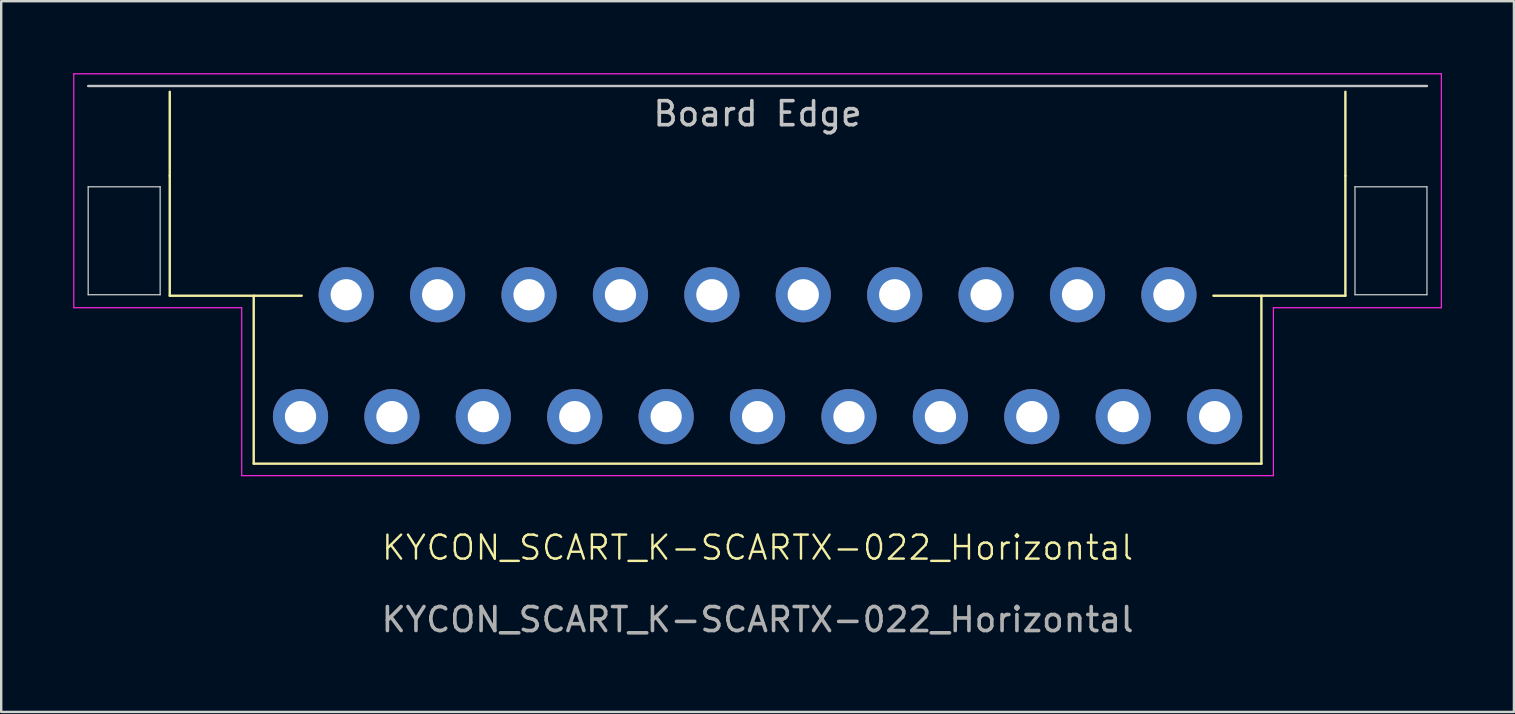
<source format=kicad_pcb>
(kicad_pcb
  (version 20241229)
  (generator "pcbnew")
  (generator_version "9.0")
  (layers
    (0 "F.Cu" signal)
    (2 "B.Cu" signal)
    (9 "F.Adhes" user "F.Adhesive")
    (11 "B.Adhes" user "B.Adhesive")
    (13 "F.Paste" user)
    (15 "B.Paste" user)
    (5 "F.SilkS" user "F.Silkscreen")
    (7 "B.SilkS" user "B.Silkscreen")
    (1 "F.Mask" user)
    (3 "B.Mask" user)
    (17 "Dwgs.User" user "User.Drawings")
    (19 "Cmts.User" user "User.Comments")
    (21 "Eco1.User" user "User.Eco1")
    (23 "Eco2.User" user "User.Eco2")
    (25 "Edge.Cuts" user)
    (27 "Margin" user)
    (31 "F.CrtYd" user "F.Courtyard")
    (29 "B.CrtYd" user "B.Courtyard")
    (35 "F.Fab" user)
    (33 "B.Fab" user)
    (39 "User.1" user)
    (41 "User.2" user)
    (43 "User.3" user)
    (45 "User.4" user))
  (footprint "KYCON_SCART_K-SCARTX-022_Horizontal"
    (layer "F.Cu")
    (at 28.525 11.775)
    (property "Reference" "KYCON_SCART_K-SCARTX-022_Horizontal" (at 0 8 0) (unlocked yes) (layer "F.SilkS") (effects (font (size 1 1) (thickness 0.1))))
    (attr through_hole)
    (fp_line (start -24.5 -11) (end -24.5 -7.5) (stroke (width 0.1) (type default)) (layer "F.SilkS"))
    (fp_line (start -24.5 -7.5) (end -24.5 -2.5) (stroke (width 0.1) (type default)) (layer "F.SilkS"))
    (fp_line (start -21 4.5) (end -21 -2.5) (stroke (width 0.1) (type default)) (layer "F.SilkS"))
    (fp_line (start -19 -2.5) (end -24.5 -2.5) (stroke (width 0.1) (type default)) (layer "F.SilkS"))
    (fp_line (start 19 -2.5) (end 24.5 -2.5) (stroke (width 0.1) (type default)) (layer "F.SilkS"))
    (fp_line (start 21 -2.5) (end 21 4.5) (stroke (width 0.1) (type default)) (layer "F.SilkS"))
    (fp_line (start 21 4.5) (end -21 4.5) (stroke (width 0.1) (type default)) (layer "F.SilkS"))
    (fp_line (start 24.5 -7.5) (end 24.5 -11) (stroke (width 0.1) (type default)) (layer "F.SilkS"))
    (fp_line (start 24.5 -2.5) (end 24.5 -7.5) (stroke (width 0.1) (type default)) (layer "F.SilkS"))
    (fp_line (start -27.9 -11.24) (end 27.9 -11.24) (stroke (width 0.1) (type default)) (layer "Dwgs.User"))
    (fp_line (start -27.9 -7.04) (end -24.9 -7.04) (stroke (width 0.05) (type default)) (layer "Edge.Cuts"))
    (fp_line (start -27.9 -2.54) (end -27.9 -7.04) (stroke (width 0.05) (type default)) (layer "Edge.Cuts"))
    (fp_line (start -24.9 -7.04) (end -24.9 -2.54) (stroke (width 0.05) (type default)) (layer "Edge.Cuts"))
    (fp_line (start -24.9 -2.54) (end -27.9 -2.54) (stroke (width 0.05) (type default)) (layer "Edge.Cuts"))
    (fp_line (start 24.9 -7.04) (end 24.9 -2.54) (stroke (width 0.05) (type default)) (layer "Edge.Cuts"))
    (fp_line (start 24.9 -2.54) (end 27.9 -2.54) (stroke (width 0.05) (type default)) (layer "Edge.Cuts"))
    (fp_line (start 27.9 -7.04) (end 24.9 -7.04) (stroke (width 0.05) (type default)) (layer "Edge.Cuts"))
    (fp_line (start 27.9 -2.54) (end 27.9 -7.04) (stroke (width 0.05) (type default)) (layer "Edge.Cuts"))
    (fp_line (start -28.5 -11.75) (end -28.5 -2) (stroke (width 0.05) (type default)) (layer "F.CrtYd"))
    (fp_line (start -28.5 -11.75) (end 28.5 -11.75) (stroke (width 0.05) (type default)) (layer "F.CrtYd"))
    (fp_line (start -21.5 -2) (end -28.5 -2) (stroke (width 0.05) (type default)) (layer "F.CrtYd"))
    (fp_line (start -21.5 5) (end -21.5 -2) (stroke (width 0.05) (type default)) (layer "F.CrtYd"))
    (fp_line (start -21.5 5) (end 21.5 5) (stroke (width 0.05) (type default)) (layer "F.CrtYd"))
    (fp_line (start 21.5 -2) (end 21.5 5) (stroke (width 0.05) (type default)) (layer "F.CrtYd"))
    (fp_line (start 28.5 -11.75) (end 28.5 -2) (stroke (width 0.05) (type default)) (layer "F.CrtYd"))
    (fp_line (start 28.5 -2) (end 21.5 -2) (stroke (width 0.05) (type default)) (layer "F.CrtYd"))
    (fp_text user "Board Edge" (at 0 -9.5 0) (unlocked yes) (layer "Dwgs.User") (effects (font (size 1 1) (thickness 0.15)) (justify bottom)))
    (fp_text user "${REFERENCE}" (at 0 11 0) (unlocked yes) (layer "F.Fab") (effects (font (size 1 1) (thickness 0.15))))
    (pad "1" thru_hole circle (at -19.05 2.54) (size 2.3 2.3) (drill 1.3) (layers "*.Cu" "*.Mask"))
    (pad "2" thru_hole circle (at -17.145 -2.54) (size 2.3 2.3) (drill 1.3) (layers "*.Cu" "*.Mask"))
    (pad "3" thru_hole circle (at -15.24 2.54) (size 2.3 2.3) (drill 1.3) (layers "*.Cu" "*.Mask"))
    (pad "4" thru_hole circle (at -13.335 -2.54) (size 2.3 2.3) (drill 1.3) (layers "*.Cu" "*.Mask"))
    (pad "5" thru_hole circle (at -11.43 2.54) (size 2.3 2.3) (drill 1.3) (layers "*.Cu" "*.Mask"))
    (pad "6" thru_hole circle (at -9.525 -2.54) (size 2.3 2.3) (drill 1.3) (layers "*.Cu" "*.Mask"))
    (pad "7" thru_hole circle (at -7.62 2.54) (size 2.3 2.3) (drill 1.3) (layers "*.Cu" "*.Mask"))
    (pad "8" thru_hole circle (at -5.715 -2.54) (size 2.3 2.3) (drill 1.3) (layers "*.Cu" "*.Mask"))
    (pad "9" thru_hole circle (at -3.81 2.54) (size 2.3 2.3) (drill 1.3) (layers "*.Cu" "*.Mask"))
    (pad "10" thru_hole circle (at -1.905 -2.54) (size 2.3 2.3) (drill 1.3) (layers "*.Cu" "*.Mask"))
    (pad "11" thru_hole circle (at 0 2.54) (size 2.3 2.3) (drill 1.3) (layers "*.Cu" "*.Mask"))
    (pad "12" thru_hole circle (at 1.905 -2.54) (size 2.3 2.3) (drill 1.3) (layers "*.Cu" "*.Mask"))
    (pad "13" thru_hole circle (at 3.81 2.54) (size 2.3 2.3) (drill 1.3) (layers "*.Cu" "*.Mask"))
    (pad "14" thru_hole circle (at 5.715 -2.54) (size 2.3 2.3) (drill 1.3) (layers "*.Cu" "*.Mask"))
    (pad "15" thru_hole circle (at 7.62 2.54) (size 2.3 2.3) (drill 1.3) (layers "*.Cu" "*.Mask"))
    (pad "16" thru_hole circle (at 9.525 -2.54) (size 2.3 2.3) (drill 1.3) (layers "*.Cu" "*.Mask"))
    (pad "17" thru_hole circle (at 11.43 2.54) (size 2.3 2.3) (drill 1.3) (layers "*.Cu" "*.Mask"))
    (pad "18" thru_hole circle (at 13.335 -2.54) (size 2.3 2.3) (drill 1.3) (layers "*.Cu" "*.Mask"))
    (pad "19" thru_hole circle (at 15.24 2.54) (size 2.3 2.3) (drill 1.3) (layers "*.Cu" "*.Mask"))
    (pad "20" thru_hole circle (at 17.145 -2.54) (size 2.3 2.3) (drill 1.3) (layers "*.Cu" "*.Mask"))
    (pad "21" thru_hole circle (at 19.05 2.54) (size 2.3 2.3) (drill 1.3) (layers "*.Cu" "*.Mask")))
  (gr_rect
    (start -3 -3)
    (end 60.05 26.623)
    (stroke (width 0.1) (type default))
    (fill no)
    (layer "Edge.Cuts")))
</source>
